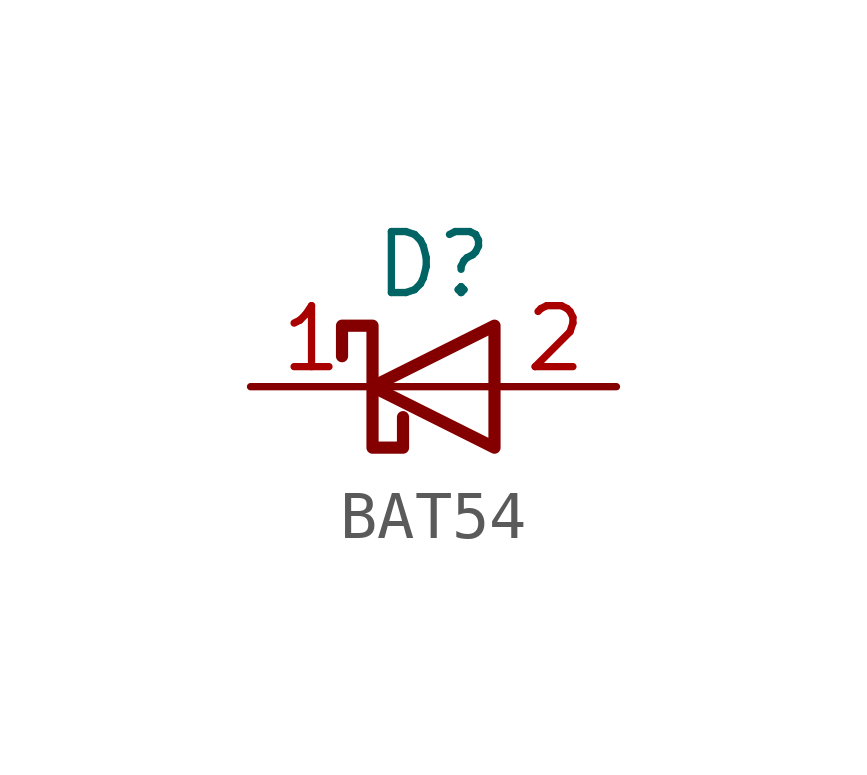
<source format=kicad_sym>
(kicad_symbol_lib
  (version 20220914)
  (generator kicad_symbol_editor)
  (symbol "BAT54"
    (property "Reference" "D"
      (at 0 0 0)
      (effects (font (size 1.27 1.27))))
    (property "Value" ""
      (at 0 0 0)
      (effects (font (size 1.27 1.27))))
    (symbol "BAT54_0_1"
      (polyline (pts (xy 1.27 -2.54) (xy -1.27 -2.54)) (stroke (width 0) (type default)) (fill (type none)))
      (polyline (pts (xy 1.27 -1.27) (xy 1.27 -3.81) (xy -1.27 -2.54) (xy 1.27 -1.27)) (stroke (width 0.254) (type default)) (fill (type none)))
      (polyline (pts (xy -1.905 -1.905) (xy -1.905 -1.27) (xy -1.27 -1.27) (xy -1.27 -3.81) (xy -0.635 -3.81) (xy -0.635 -3.175)) (stroke (width 0.254) (type default)) (fill (type none))))
    (symbol "BAT54_1_1"
      (pin passive line (at -3.81 -2.54 0) (length 2.54) (name "~" (effects (font (size 1.27 1.27)))) (number "1" (effects (font (size 1.27 1.27)))))
      (pin passive line (at 3.81 -2.54 180) (length 2.54) (name "~" (effects (font (size 1.27 1.27)))) (number "2" (effects (font (size 1.27 1.27))))))))
</source>
